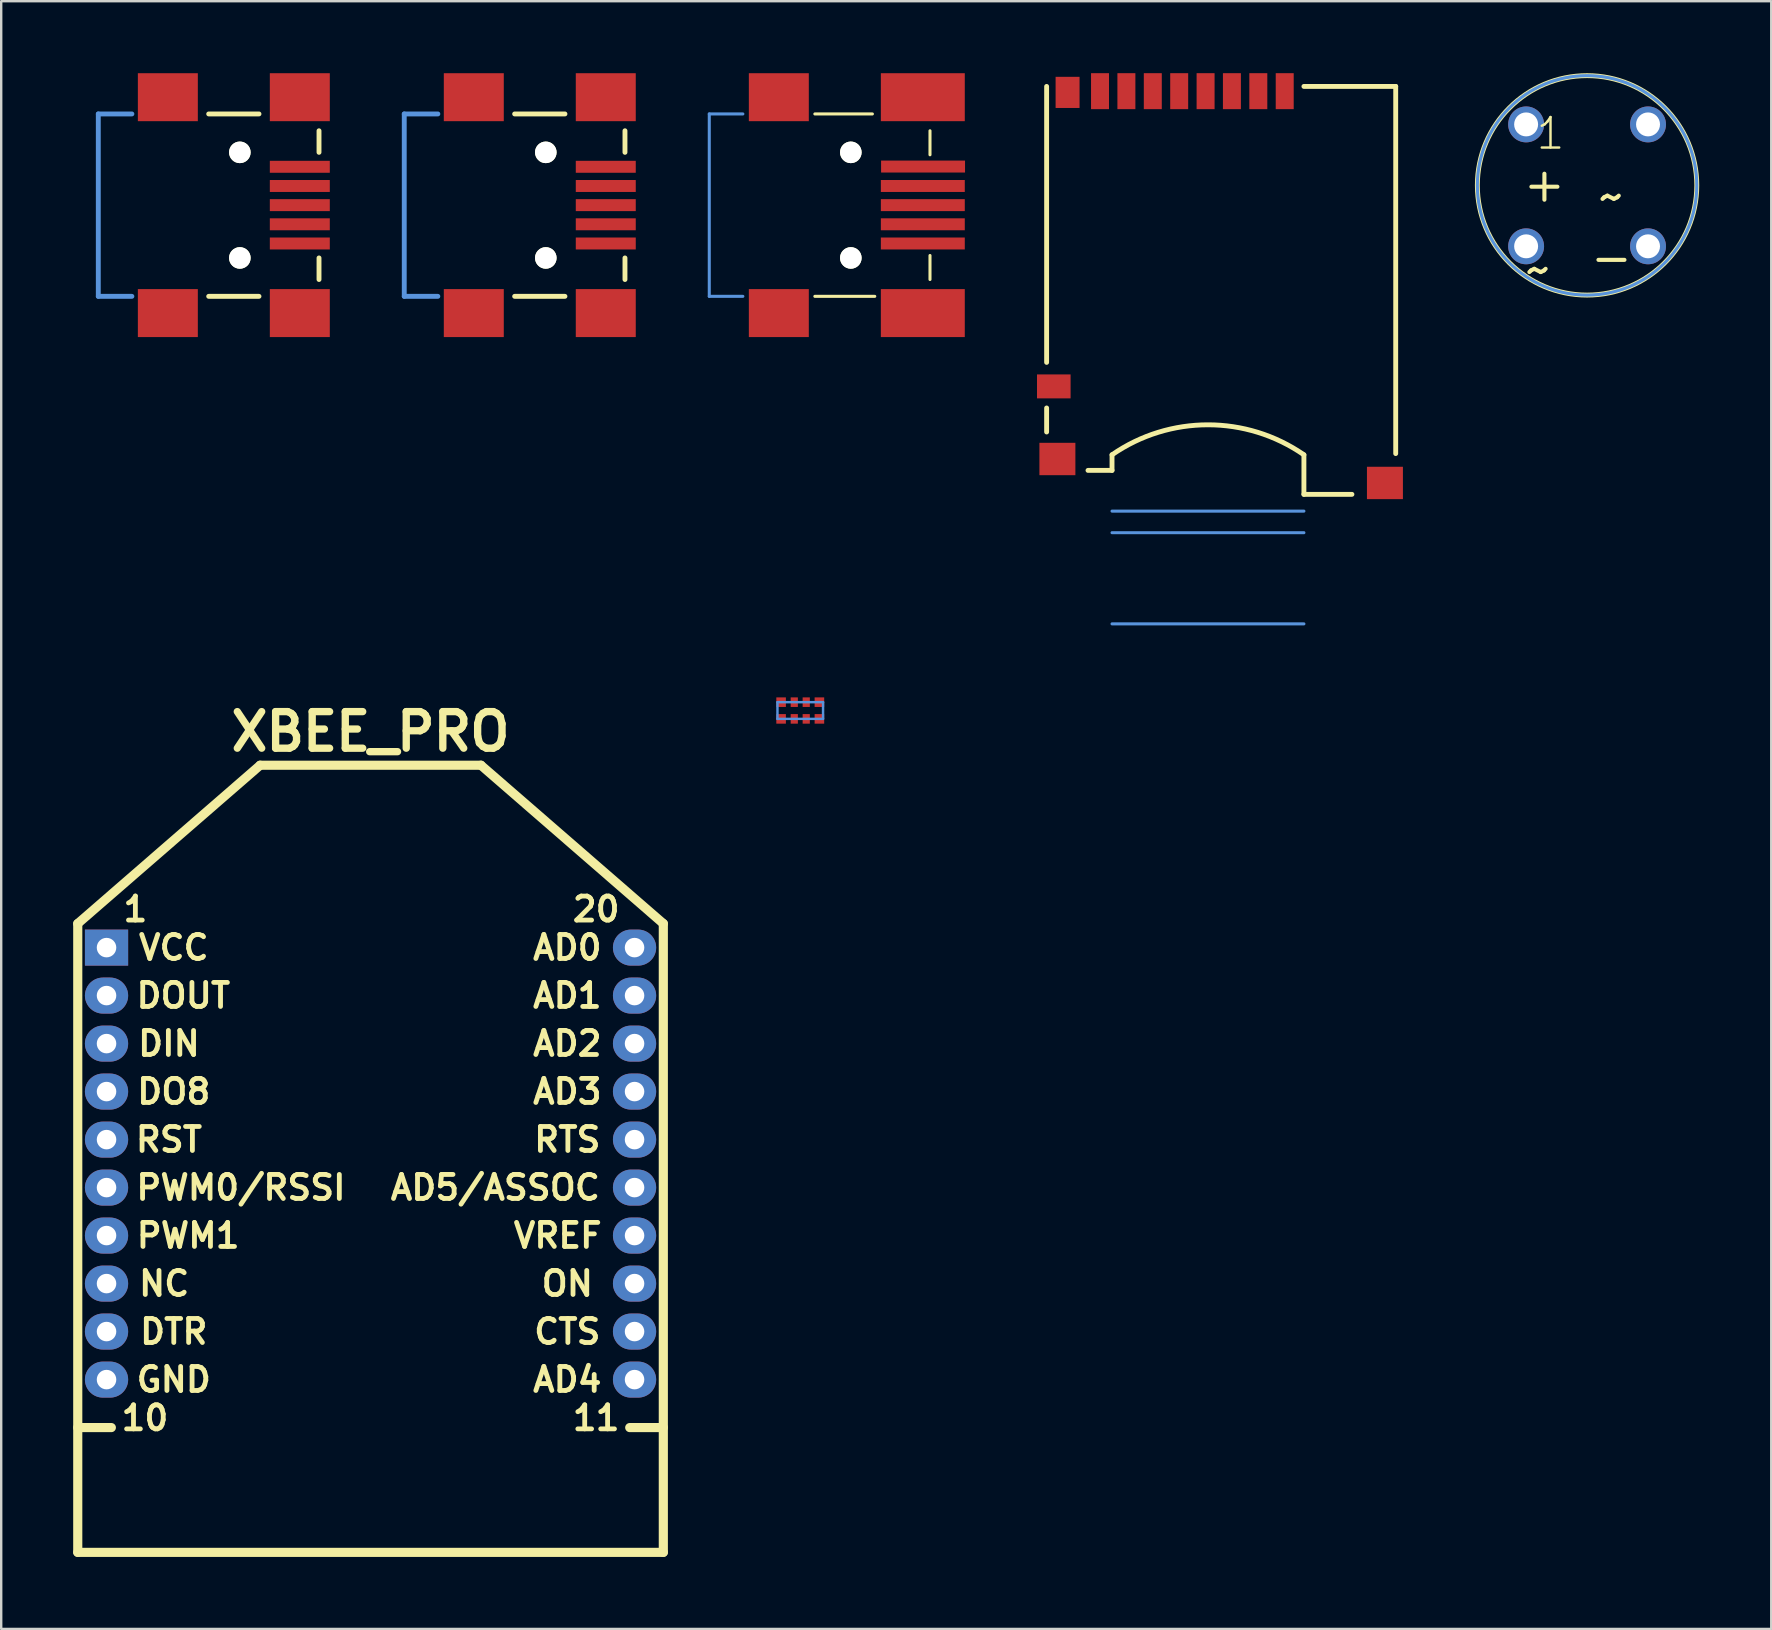
<source format=kicad_pcb>
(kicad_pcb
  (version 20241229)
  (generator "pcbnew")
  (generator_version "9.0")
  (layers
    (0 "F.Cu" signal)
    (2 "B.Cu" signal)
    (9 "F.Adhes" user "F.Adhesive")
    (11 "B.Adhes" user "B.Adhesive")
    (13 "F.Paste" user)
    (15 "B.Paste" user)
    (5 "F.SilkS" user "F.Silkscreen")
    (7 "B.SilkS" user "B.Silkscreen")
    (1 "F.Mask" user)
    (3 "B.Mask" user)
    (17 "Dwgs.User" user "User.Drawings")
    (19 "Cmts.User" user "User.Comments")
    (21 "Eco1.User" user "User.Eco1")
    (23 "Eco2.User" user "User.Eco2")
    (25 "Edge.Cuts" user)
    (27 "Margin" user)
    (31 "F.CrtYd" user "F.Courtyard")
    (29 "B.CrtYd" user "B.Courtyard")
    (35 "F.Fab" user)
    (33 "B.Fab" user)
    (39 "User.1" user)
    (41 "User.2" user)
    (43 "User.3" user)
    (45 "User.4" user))
  (footprint "USB-MINIB-5pin"
    (layer "F.Cu")
    (at 6.944 5.498)
    (property "Reference" "USB-MINIB-5pin" (at -2.997 -1.067 0) (layer "Eco1.User") (effects (font (size 0.6 0.6) (thickness 0.1))))
    (attr through_hole)
    (fp_line (start -1.298 -3.8) (end 0.798 -3.8) (stroke (width 0.203) (type solid)) (layer "F.SilkS"))
    (fp_line (start 0.798 3.8) (end -1.298 3.8) (stroke (width 0.203) (type solid)) (layer "F.SilkS"))
    (fp_line (start 3.299 -3.099) (end 3.299 -2.2) (stroke (width 0.203) (type solid)) (layer "F.SilkS"))
    (fp_line (start 3.299 2.2) (end 3.299 3.099) (stroke (width 0.203) (type solid)) (layer "F.SilkS"))
    (fp_line (start -5.898 -3.8) (end -5.898 3.8) (stroke (width 0.203) (type solid)) (layer "Cmts.User"))
    (fp_line (start -5.898 -3.8) (end -4.498 -3.8) (stroke (width 0.203) (type solid)) (layer "Cmts.User"))
    (fp_line (start -5.898 3.8) (end -4.498 3.8) (stroke (width 0.203) (type solid)) (layer "Cmts.User"))
    (pad "" np_thru_hole circle (at 0 -2.2) (size 0.899 0.899) (drill 0.899) (layers "*.Cu" "*.Mask" "F.SilkS"))
    (pad "" np_thru_hole circle (at 0 2.2) (size 0.899 0.899) (drill 0.899) (layers "*.Cu" "*.Mask" "F.SilkS"))
    (pad "1" smd rect (at 2.499 -1.598) (size 2.499 0.498) (layers "F.Cu" "F.Mask" "F.Paste"))
    (pad "2" smd rect (at 2.499 -0.798) (size 2.499 0.498) (layers "F.Cu" "F.Mask" "F.Paste"))
    (pad "3" smd rect (at 2.499 0) (size 2.499 0.498) (layers "F.Cu" "F.Mask" "F.Paste"))
    (pad "4" smd rect (at 2.499 0.798) (size 2.499 0.498) (layers "F.Cu" "F.Mask" "F.Paste"))
    (pad "5" smd rect (at 2.499 1.598) (size 2.499 0.498) (layers "F.Cu" "F.Mask" "F.Paste"))
    (pad "SHLD" smd rect (at -3 -4.498) (size 2.499 1.999) (layers "F.Cu" "F.Mask" "F.Paste"))
    (pad "SHLD" smd rect (at -3 4.498) (size 2.499 1.999) (layers "F.Cu" "F.Mask" "F.Paste"))
    (pad "SHLD" smd rect (at 2.499 -4.498) (size 2.499 1.999) (layers "F.Cu" "F.Mask" "F.Paste"))
    (pad "SHLD" smd rect (at 2.499 4.498) (size 2.499 1.999) (layers "F.Cu" "F.Mask" "F.Paste")))
  (footprint "USD-SOCKET-PP"
    (layer "F.Cu")
    (at 47.285 17.549)
    (property "Reference" "USD-SOCKET-PP" (at 0 0 0) (layer "Cmts.User") (effects (font (size 0.001 0.001) (thickness 0.000001))))
    (attr through_hole)
    (fp_line (start -6.723 -5.499) (end -6.723 -16.998) (stroke (width 0.203) (type solid)) (layer "F.SilkS"))
    (fp_line (start -6.723 -3.599) (end -6.723 -2.598) (stroke (width 0.203) (type solid)) (layer "F.SilkS"))
    (fp_line (start -3.998 -1.648) (end -3.998 -0.998) (stroke (width 0.203) (type solid)) (layer "F.SilkS"))
    (fp_line (start -3.998 -0.998) (end -4.999 -0.998) (stroke (width 0.203) (type solid)) (layer "F.SilkS"))
    (fp_line (start 3.998 -16.998) (end 7.823 -16.998) (stroke (width 0.203) (type solid)) (layer "F.SilkS"))
    (fp_line (start 3.998 0) (end 3.998 -1.648) (stroke (width 0.203) (type solid)) (layer "F.SilkS"))
    (fp_line (start 5.999 0) (end 3.998 0) (stroke (width 0.203) (type solid)) (layer "F.SilkS"))
    (fp_line (start 7.823 -16.998) (end 7.823 -1.699) (stroke (width 0.203) (type solid)) (layer "F.SilkS"))
    (fp_arc (start -3.99796 -1.64846) (mid -0.000209 -2.89758) (end 3.997616 -1.648698) (stroke (width 0.2032) (type solid)) (layer "F.SilkS"))
    (fp_line (start 3.998 0.699) (end -3.998 0.699) (stroke (width 0.127) (type solid)) (layer "Cmts.User"))
    (fp_line (start 3.998 1.598) (end -3.998 1.598) (stroke (width 0.127) (type solid)) (layer "Cmts.User"))
    (fp_line (start 3.998 5.397) (end -3.998 5.397) (stroke (width 0.127) (type solid)) (layer "Cmts.User"))
    (pad "1" smd rect (at 3.198 -16.8) (size 0.749 1.499) (layers "F.Cu" "F.Mask" "F.Paste"))
    (pad "2" smd rect (at 2.098 -16.8) (size 0.749 1.499) (layers "F.Cu" "F.Mask" "F.Paste"))
    (pad "3" smd rect (at 0.998 -16.8) (size 0.749 1.499) (layers "F.Cu" "F.Mask" "F.Paste"))
    (pad "4" smd rect (at -0.099 -16.8) (size 0.749 1.499) (layers "F.Cu" "F.Mask" "F.Paste"))
    (pad "5" smd rect (at -1.199 -16.8) (size 0.749 1.499) (layers "F.Cu" "F.Mask" "F.Paste"))
    (pad "6" smd rect (at -2.299 -16.8) (size 0.749 1.499) (layers "F.Cu" "F.Mask" "F.Paste"))
    (pad "7" smd rect (at -3.399 -16.8) (size 0.749 1.499) (layers "F.Cu" "F.Mask" "F.Paste"))
    (pad "8" smd rect (at -4.498 -16.8) (size 0.749 1.499) (layers "F.Cu" "F.Mask" "F.Paste"))
    (pad "CD1" smd rect (at -5.85 -16.749) (size 0.998 1.298) (layers "F.Cu" "F.Mask" "F.Paste"))
    (pad "CD2" smd rect (at -6.424 -4.498) (size 1.4 0.998) (layers "F.Cu" "F.Mask" "F.Paste"))
    (pad "GND1" smd rect (at -6.274 -1.473) (size 1.499 1.349) (layers "F.Cu" "F.Mask" "F.Paste"))
    (pad "GND2" smd rect (at 7.374 -0.475) (size 1.499 1.349) (layers "F.Cu" "F.Mask" "F.Paste")))
  (footprint "USB-MINIB-OLD"
    (layer "F.Cu")
    (at 32.403 5.498)
    (property "Reference" "USB-MINIB-OLD" (at -2.997 0.203 0) (layer "Eco1.User") (effects (font (size 0.406 0.406) (thickness 0.03))))
    (attr through_hole)
    (fp_line (start -1.499 -3.8) (end 0.899 -3.8) (stroke (width 0.127) (type solid)) (layer "F.SilkS"))
    (fp_line (start 0.998 3.8) (end -1.499 3.8) (stroke (width 0.127) (type solid)) (layer "F.SilkS"))
    (fp_line (start 3.299 -3.099) (end 3.299 -2.098) (stroke (width 0.127) (type solid)) (layer "F.SilkS"))
    (fp_line (start 3.299 2.098) (end 3.299 3.099) (stroke (width 0.127) (type solid)) (layer "F.SilkS"))
    (fp_line (start -5.898 -3.8) (end -5.898 3.8) (stroke (width 0.127) (type solid)) (layer "Cmts.User"))
    (fp_line (start -5.898 -3.8) (end -4.498 -3.8) (stroke (width 0.127) (type solid)) (layer "Cmts.User"))
    (fp_line (start -5.898 3.8) (end -4.498 3.8) (stroke (width 0.127) (type solid)) (layer "Cmts.User"))
    (pad "" np_thru_hole circle (at 0 -2.2) (size 0.899 0.899) (drill 0.899) (layers "*.Cu" "*.Mask" "F.SilkS"))
    (pad "" np_thru_hole circle (at 0 2.2) (size 0.899 0.899) (drill 0.899) (layers "*.Cu" "*.Mask" "F.SilkS"))
    (pad "1" smd rect (at -3 4.498) (size 2.499 1.999) (layers "F.Cu" "F.Mask" "F.Paste"))
    (pad "2" smd rect (at -3 -4.498) (size 2.499 1.999) (layers "F.Cu" "F.Mask" "F.Paste"))
    (pad "3" smd rect (at 3 4.498) (size 3.498 1.999) (layers "F.Cu" "F.Mask" "F.Paste"))
    (pad "4" smd rect (at 3 -4.498) (size 3.498 1.999) (layers "F.Cu" "F.Mask" "F.Paste"))
    (pad "D+" smd rect (at 3 0) (size 3.498 0.498) (layers "F.Cu" "F.Mask" "F.Paste"))
    (pad "D-" smd rect (at 3 -0.798) (size 3.498 0.498) (layers "F.Cu" "F.Mask" "F.Paste"))
    (pad "GND" smd rect (at 3 1.598) (size 3.498 0.498) (layers "F.Cu" "F.Mask" "F.Paste"))
    (pad "ID" smd rect (at 3 0.798) (size 3.498 0.498) (layers "F.Cu" "F.Mask" "F.Paste"))
    (pad "VBUS" smd rect (at 3.01 -1.608) (size 3.498 0.498) (layers "F.Cu" "F.Mask" "F.Paste")))
  (footprint "YC124"
    (layer "F.Cu")
    (at 30.296 26.557)
    (property "Reference" "YC124" (at 0.541 2.634 0) (layer "Eco1.User") (effects (font (size 1.27 1.27) (thickness 0.127))))
    (attr through_hole)
    (fp_line (start -0.95 -0.348) (end 0.95 -0.348) (stroke (width 0.102) (type solid)) (layer "Cmts.User"))
    (fp_line (start -0.95 0.348) (end -0.95 -0.348) (stroke (width 0.102) (type solid)) (layer "Cmts.User"))
    (fp_line (start 0.95 -0.348) (end 0.95 0.348) (stroke (width 0.102) (type solid)) (layer "Cmts.User"))
    (fp_line (start 0.95 0.348) (end -0.95 0.348) (stroke (width 0.102) (type solid)) (layer "Cmts.User"))
    (pad "1" smd rect (at -0.798 0.348) (size 0.399 0.399) (layers "F.Cu" "F.Mask" "F.Paste"))
    (pad "2" smd rect (at -0.249 0.348) (size 0.3 0.399) (layers "F.Cu" "F.Mask" "F.Paste"))
    (pad "3" smd rect (at 0.249 0.348) (size 0.3 0.399) (layers "F.Cu" "F.Mask" "F.Paste"))
    (pad "4" smd rect (at 0.798 0.348) (size 0.399 0.399) (layers "F.Cu" "F.Mask" "F.Paste"))
    (pad "5" smd rect (at 0.798 -0.348) (size 0.399 0.399) (layers "F.Cu" "F.Mask" "F.Paste"))
    (pad "6" smd rect (at 0.249 -0.348) (size 0.3 0.399) (layers "F.Cu" "F.Mask" "F.Paste"))
    (pad "7" smd rect (at -0.249 -0.348) (size 0.3 0.399) (layers "F.Cu" "F.Mask" "F.Paste"))
    (pad "8" smd rect (at -0.798 -0.348) (size 0.399 0.399) (layers "F.Cu" "F.Mask" "F.Paste")))
  (footprint "XBEE_PRO"
    (layer "F.Cu")
    (at 12.39 36.436)
    (property "Reference" "XBEE_PRO" (at 0 -8.999 0) (layer "F.SilkS") (effects (font (size 1.524 1.524) (thickness 0.305))))
    (attr through_hole)
    (fp_line (start -12.2 -1.001) (end -4.6 -7.6) (stroke (width 0.381) (type solid)) (layer "F.SilkS"))
    (fp_line (start -12.2 20) (end -10.8 20) (stroke (width 0.381) (type solid)) (layer "F.SilkS"))
    (fp_line (start -12.2 25.199) (end -12.2 -1.001) (stroke (width 0.381) (type solid)) (layer "F.SilkS"))
    (fp_line (start -4.6 -7.6) (end 4.6 -7.6) (stroke (width 0.381) (type solid)) (layer "F.SilkS"))
    (fp_line (start 4.6 -7.6) (end 12.2 -1.001) (stroke (width 0.381) (type solid)) (layer "F.SilkS"))
    (fp_line (start 12.2 20) (end 10.8 20) (stroke (width 0.381) (type solid)) (layer "F.SilkS"))
    (fp_line (start 12.2 25.199) (end -12.2 25.199) (stroke (width 0.381) (type solid)) (layer "F.SilkS"))
    (fp_line (start 12.2 25.199) (end 12.2 -1.001) (stroke (width 0.381) (type solid)) (layer "F.SilkS"))
    (fp_text user "20" (at 9.401 -1.6 0) (layer "F.SilkS") (effects (font (size 1.001 1.001) (thickness 0.201))))
    (fp_text user "VREF" (at 7.8 11.999 0) (layer "F.SilkS") (effects (font (size 1.001 1.001) (thickness 0.201))))
    (fp_text user "NC" (at -8.6 14 0) (layer "F.SilkS") (effects (font (size 1.001 1.001) (thickness 0.201))))
    (fp_text user "PWM0/RSSI" (at -5.4 10 0) (layer "F.SilkS") (effects (font (size 1.001 1.001) (thickness 0.201))))
    (fp_text user "CTS" (at 8.199 16.002 0) (layer "F.SilkS") (effects (font (size 1.001 1.001) (thickness 0.201))))
    (fp_text user "ON" (at 8.199 14 0) (layer "F.SilkS") (effects (font (size 1.001 1.001) (thickness 0.201))))
    (fp_text user "AD3" (at 8.199 5.999 0) (layer "F.SilkS") (effects (font (size 1.001 1.001) (thickness 0.201))))
    (fp_text user "10" (at -9.401 19.601 0) (layer "F.SilkS") (effects (font (size 1.001 1.001) (thickness 0.201))))
    (fp_text user "RTS" (at 8.199 8.001 0) (layer "F.SilkS") (effects (font (size 1.001 1.001) (thickness 0.201))))
    (fp_text user "11" (at 9.401 19.601 0) (layer "F.SilkS") (effects (font (size 1.001 1.001) (thickness 0.201))))
    (fp_text user "VCC" (at -8.199 0 0) (layer "F.SilkS") (effects (font (size 1.001 1.001) (thickness 0.201))))
    (fp_text user "DO8" (at -8.199 5.999 0) (layer "F.SilkS") (effects (font (size 1.001 1.001) (thickness 0.201))))
    (fp_text user "AD5/ASSOC" (at 5.199 10 0) (layer "F.SilkS") (effects (font (size 1.001 1.001) (thickness 0.201))))
    (fp_text user "RST" (at -8.4 8.001 0) (layer "F.SilkS") (effects (font (size 1.001 1.001) (thickness 0.201))))
    (fp_text user "1" (at -9.799 -1.6 0) (layer "F.SilkS") (effects (font (size 1.001 1.001) (thickness 0.201))))
    (fp_text user "DIN" (at -8.4 4 0) (layer "F.SilkS") (effects (font (size 1.001 1.001) (thickness 0.201))))
    (fp_text user "AD1" (at 8.199 1.999 0) (layer "F.SilkS") (effects (font (size 1.001 1.001) (thickness 0.201))))
    (fp_text user "PWM1" (at -7.6 11.999 0) (layer "F.SilkS") (effects (font (size 1.001 1.001) (thickness 0.201))))
    (fp_text user "AD2" (at 8.199 4 0) (layer "F.SilkS") (effects (font (size 1.001 1.001) (thickness 0.201))))
    (fp_text user "DOUT" (at -7.8 1.999 0) (layer "F.SilkS") (effects (font (size 1.001 1.001) (thickness 0.201))))
    (fp_text user "AD0" (at 8.199 0 0) (layer "F.SilkS") (effects (font (size 1.001 1.001) (thickness 0.201))))
    (fp_text user "GND" (at -8.199 18.001 0) (layer "F.SilkS") (effects (font (size 1.001 1.001) (thickness 0.201))))
    (fp_text user "AD4" (at 8.199 18.001 0) (layer "F.SilkS") (effects (font (size 1.001 1.001) (thickness 0.201))))
    (fp_text user "DTR" (at -8.199 16.002 0) (layer "F.SilkS") (effects (font (size 1.001 1.001) (thickness 0.201))))
    (pad "1" thru_hole rect (at -11.001 0) (size 1.801 1.501) (drill 0.813) (layers "*.Cu"))
    (pad "2" thru_hole oval (at -11.001 1.999) (size 1.801 1.501) (drill 0.813) (layers "*.Cu"))
    (pad "3" thru_hole oval (at -11.001 4) (size 1.801 1.501) (drill 0.813) (layers "*.Cu"))
    (pad "4" thru_hole oval (at -11.001 5.999) (size 1.801 1.501) (drill 0.813) (layers "*.Cu"))
    (pad "5" thru_hole oval (at -11.001 8.001) (size 1.801 1.501) (drill 0.813) (layers "*.Cu"))
    (pad "6" thru_hole oval (at -11.001 10) (size 1.801 1.501) (drill 0.813) (layers "*.Cu"))
    (pad "7" thru_hole oval (at -11.001 11.999) (size 1.801 1.501) (drill 0.813) (layers "*.Cu"))
    (pad "8" thru_hole oval (at -11.001 14) (size 1.801 1.501) (drill 0.813) (layers "*.Cu"))
    (pad "9" thru_hole oval (at -11.001 15.999) (size 1.801 1.501) (drill 0.813) (layers "*.Cu"))
    (pad "10" thru_hole oval (at -11.001 18.001) (size 1.801 1.501) (drill 0.813) (layers "*.Cu"))
    (pad "11" thru_hole oval (at 11.001 18.001) (size 1.801 1.501) (drill 0.813) (layers "*.Cu"))
    (pad "12" thru_hole oval (at 11.001 15.999) (size 1.801 1.501) (drill 0.813) (layers "*.Cu"))
    (pad "13" thru_hole oval (at 11.001 14) (size 1.801 1.501) (drill 0.813) (layers "*.Cu"))
    (pad "14" thru_hole oval (at 11.001 11.999) (size 1.801 1.501) (drill 0.813) (layers "*.Cu"))
    (pad "15" thru_hole oval (at 11.001 10) (size 1.801 1.501) (drill 0.813) (layers "*.Cu"))
    (pad "16" thru_hole oval (at 11.001 8.001) (size 1.801 1.501) (drill 0.813) (layers "*.Cu"))
    (pad "17" thru_hole oval (at 11.001 5.999) (size 1.801 1.501) (drill 0.813) (layers "*.Cu"))
    (pad "18" thru_hole oval (at 11.001 4) (size 1.801 1.501) (drill 0.813) (layers "*.Cu"))
    (pad "19" thru_hole oval (at 11.001 1.999) (size 1.801 1.501) (drill 0.813) (layers "*.Cu"))
    (pad "20" thru_hole oval (at 11.001 0) (size 1.801 1.501) (drill 0.813) (layers "*.Cu")))
  (footprint "W5-W10"
    (layer "F.Cu")
    (at 63.082 4.674)
    (property "Reference" "W5-W10" (at -0.203 4.013 0) (layer "Eco1.User") (effects (font (size 0.406 0.406) (thickness 0.03))))
    (attr through_hole)
    (fp_circle (center 0 0) (end 4.572 0) (stroke (width 0.203) (type solid)) (fill no) (layer "F.SilkS"))
    (fp_circle (center 0 0) (end 4.572 0) (stroke (width 0.127) (type solid)) (fill no) (layer "Cmts.User"))
    (fp_text user "1" (at -1.524 -2.159 0) (layer "F.SilkS") (effects (font (size 1.27 1.27) (thickness 0.102))))
    (fp_text user "-" (at 1.016 2.997 0) (layer "F.SilkS") (effects (font (size 1.422 1.422) (thickness 0.17))))
    (fp_text user "+" (at -1.778 -0.051 0) (layer "F.SilkS") (effects (font (size 1.422 1.422) (thickness 0.17))))
    (fp_text user "~" (at 1.016 0.457 0) (layer "F.SilkS") (effects (font (size 1.422 1.422) (thickness 0.17))))
    (fp_text user "~" (at -2.032 3.505 0) (layer "F.SilkS") (effects (font (size 1.422 1.422) (thickness 0.17))))
    (pad "+" thru_hole oval (at -2.54 -2.54) (size 1.496 1.496) (drill 0.998) (layers "*.Cu" "*.Mask"))
    (pad "-" thru_hole oval (at 2.54 2.54) (size 1.496 1.496) (drill 0.998) (layers "*.Cu" "*.Mask"))
    (pad "AC1" thru_hole oval (at -2.54 2.54) (size 1.496 1.496) (drill 0.998) (layers "*.Cu" "*.Mask"))
    (pad "AC2" thru_hole oval (at 2.54 -2.54) (size 1.496 1.496) (drill 0.998) (layers "*.Cu" "*.Mask")))
  (footprint "USB-MINIB-FT"
    (layer "F.Cu")
    (at 19.693 5.498)
    (property "Reference" "USB-MINIB-FT" (at -2.997 -1.067 0) (layer "Eco1.User") (effects (font (size 0.406 0.406) (thickness 0.03))))
    (attr through_hole)
    (fp_line (start -1.298 -3.8) (end 0.798 -3.8) (stroke (width 0.203) (type solid)) (layer "F.SilkS"))
    (fp_line (start 0.798 3.8) (end -1.298 3.8) (stroke (width 0.203) (type solid)) (layer "F.SilkS"))
    (fp_line (start 3.299 -3.099) (end 3.299 -2.2) (stroke (width 0.203) (type solid)) (layer "F.SilkS"))
    (fp_line (start 3.299 2.2) (end 3.299 3.099) (stroke (width 0.203) (type solid)) (layer "F.SilkS"))
    (fp_line (start -5.898 -3.8) (end -5.898 3.8) (stroke (width 0.203) (type solid)) (layer "Cmts.User"))
    (fp_line (start -5.898 -3.8) (end -4.498 -3.8) (stroke (width 0.203) (type solid)) (layer "Cmts.User"))
    (fp_line (start -5.898 3.8) (end -4.498 3.8) (stroke (width 0.203) (type solid)) (layer "Cmts.User"))
    (pad "" np_thru_hole circle (at 0 -2.2) (size 0.899 0.899) (drill 0.899) (layers "*.Cu" "*.Mask" "F.SilkS"))
    (pad "" np_thru_hole circle (at 0 2.2) (size 0.899 0.899) (drill 0.899) (layers "*.Cu" "*.Mask" "F.SilkS"))
    (pad "D+" smd rect (at 2.499 0) (size 2.499 0.498) (layers "F.Cu" "F.Mask" "F.Paste"))
    (pad "D-" smd rect (at 2.499 -0.798) (size 2.499 0.498) (layers "F.Cu" "F.Mask" "F.Paste"))
    (pad "GND" smd rect (at 2.499 1.598) (size 2.499 0.498) (layers "F.Cu" "F.Mask" "F.Paste"))
    (pad "ID" smd rect (at 2.499 0.798) (size 2.499 0.498) (layers "F.Cu" "F.Mask" "F.Paste"))
    (pad "SH1" smd rect (at -3 4.498) (size 2.499 1.999) (layers "F.Cu" "F.Mask" "F.Paste"))
    (pad "SH2" smd rect (at -3 -4.498) (size 2.499 1.999) (layers "F.Cu" "F.Mask" "F.Paste"))
    (pad "SH3" smd rect (at 2.499 -4.498) (size 2.499 1.999) (layers "F.Cu" "F.Mask" "F.Paste"))
    (pad "SH4" smd rect (at 2.499 4.498) (size 2.499 1.999) (layers "F.Cu" "F.Mask" "F.Paste"))
    (pad "VBUS" smd rect (at 2.499 -1.598) (size 2.499 0.498) (layers "F.Cu" "F.Mask" "F.Paste")))
  (gr_rect
    (start -3 -3)
    (end 70.756 64.825)
    (stroke (width 0.1) (type default))
    (fill no)
    (layer "Edge.Cuts")))
</source>
